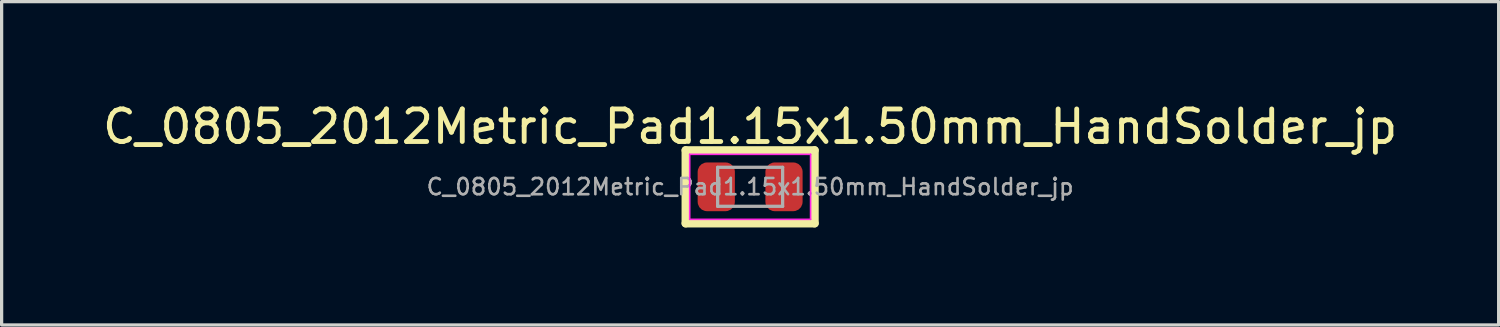
<source format=kicad_pcb>
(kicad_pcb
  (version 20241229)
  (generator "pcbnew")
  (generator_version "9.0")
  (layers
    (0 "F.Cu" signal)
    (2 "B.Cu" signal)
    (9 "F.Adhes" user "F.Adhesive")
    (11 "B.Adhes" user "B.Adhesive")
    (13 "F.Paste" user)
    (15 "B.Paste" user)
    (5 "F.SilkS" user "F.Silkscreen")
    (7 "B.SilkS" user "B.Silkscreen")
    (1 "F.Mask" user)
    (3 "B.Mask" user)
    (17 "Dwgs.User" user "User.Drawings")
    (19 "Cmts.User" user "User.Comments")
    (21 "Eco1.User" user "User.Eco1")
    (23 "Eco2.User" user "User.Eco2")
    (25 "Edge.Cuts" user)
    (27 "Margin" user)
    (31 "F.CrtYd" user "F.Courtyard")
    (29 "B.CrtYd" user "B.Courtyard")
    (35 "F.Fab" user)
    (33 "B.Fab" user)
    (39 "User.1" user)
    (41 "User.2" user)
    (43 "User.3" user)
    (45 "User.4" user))
  (footprint "C_0805_2012Metric_Pad1.15x1.50mm_HandSolder_jp"
    (layer "F.Cu")
    (at 20.03 2.698)
    (property "Reference" "C_0805_2012Metric_Pad1.15x1.50mm_HandSolder_jp" (at 0 -1.85 0) (layer "F.SilkS") (effects (font (size 1 1) (thickness 0.15))))
    (attr smd)
    (fp_line (start -1.985 -1.125) (end 1.985 -1.125) (stroke (width 0.25) (type solid)) (layer "F.SilkS"))
    (fp_line (start -1.985 1.125) (end -1.985 -1.125) (stroke (width 0.25) (type solid)) (layer "F.SilkS"))
    (fp_line (start 1.985 -1.125) (end 1.985 1.125) (stroke (width 0.25) (type solid)) (layer "F.SilkS"))
    (fp_line (start 1.985 1.125) (end -1.985 1.125) (stroke (width 0.25) (type solid)) (layer "F.SilkS"))
    (fp_line (start -1.86 -1) (end 1.86 -1) (stroke (width 0.05) (type solid)) (layer "F.CrtYd"))
    (fp_line (start -1.86 1) (end -1.86 -1) (stroke (width 0.05) (type solid)) (layer "F.CrtYd"))
    (fp_line (start 1.86 -1) (end 1.86 1) (stroke (width 0.05) (type solid)) (layer "F.CrtYd"))
    (fp_line (start 1.86 1) (end -1.86 1) (stroke (width 0.05) (type solid)) (layer "F.CrtYd"))
    (fp_line (start -1 -0.6) (end 1 -0.6) (stroke (width 0.1) (type solid)) (layer "F.Fab"))
    (fp_line (start -1 0.6) (end -1 -0.6) (stroke (width 0.1) (type solid)) (layer "F.Fab"))
    (fp_line (start 1 -0.6) (end 1 0.6) (stroke (width 0.1) (type solid)) (layer "F.Fab"))
    (fp_line (start 1 0.6) (end -1 0.6) (stroke (width 0.1) (type solid)) (layer "F.Fab"))
    (fp_text user "${REFERENCE}" (at 0 0 0) (layer "F.Fab") (effects (font (size 0.5 0.5) (thickness 0.08))))
    (pad "1" smd roundrect (at -1.042 0) (size 1.145 1.5) (layers "F.Cu" "F.Mask" "F.Paste") (roundrect_rratio 0.25))
    (pad "2" smd roundrect (at 1.042 0) (size 1.145 1.5) (layers "F.Cu" "F.Mask" "F.Paste") (roundrect_rratio 0.25)))
  (gr_rect
    (start -3 -3)
    (end 43.06 6.948)
    (stroke (width 0.1) (type default))
    (fill no)
    (layer "Edge.Cuts")))
</source>
